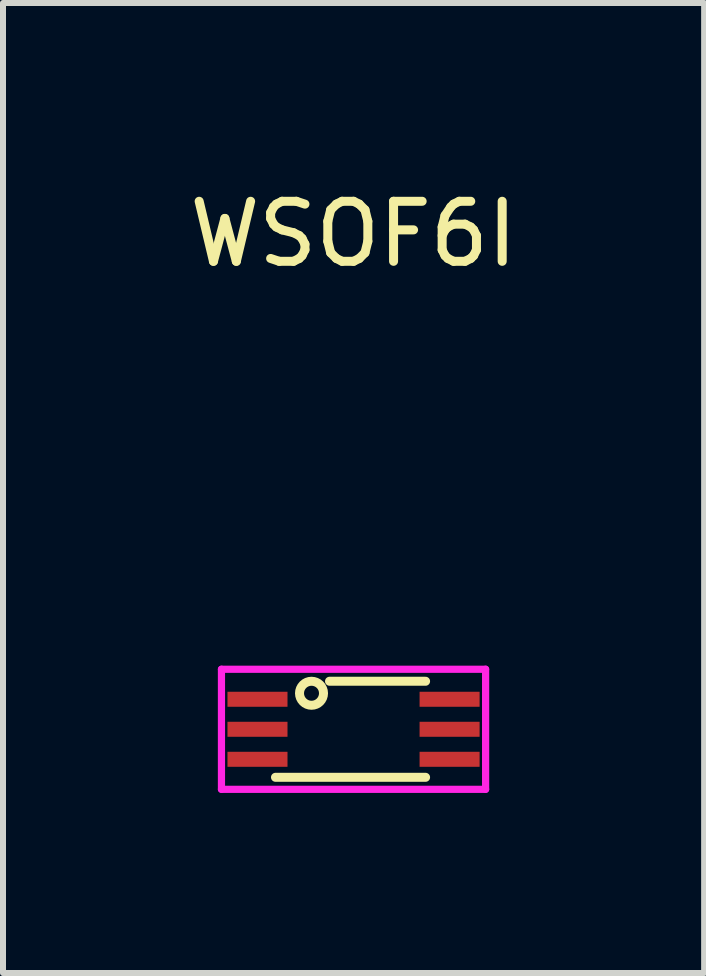
<source format=kicad_pcb>
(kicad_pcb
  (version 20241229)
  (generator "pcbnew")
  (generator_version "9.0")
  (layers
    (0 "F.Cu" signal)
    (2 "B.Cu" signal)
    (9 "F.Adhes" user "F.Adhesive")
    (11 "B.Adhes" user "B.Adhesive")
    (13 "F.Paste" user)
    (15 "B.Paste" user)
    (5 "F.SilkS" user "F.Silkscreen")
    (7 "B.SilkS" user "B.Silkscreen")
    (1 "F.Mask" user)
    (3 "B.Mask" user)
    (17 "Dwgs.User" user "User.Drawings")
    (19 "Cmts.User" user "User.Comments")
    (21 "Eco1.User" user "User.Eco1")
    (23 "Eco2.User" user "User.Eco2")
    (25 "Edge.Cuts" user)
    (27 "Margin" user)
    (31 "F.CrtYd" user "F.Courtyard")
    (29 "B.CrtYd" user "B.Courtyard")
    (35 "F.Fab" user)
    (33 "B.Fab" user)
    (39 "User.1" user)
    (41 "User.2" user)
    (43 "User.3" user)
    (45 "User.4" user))
  (footprint "WSOF6I"
    (layer "F.Cu")
    (at 2.839 9.098)
    (property "Reference" "WSOF6I" (at 0 -8.25 0) (layer "F.SilkS") (effects (font (size 1 1) (thickness 0.15))))
    (attr through_hole)
    (fp_line (start -1.3 0.8) (end 1.2 0.8) (stroke (width 0.15) (type solid)) (layer "F.SilkS"))
    (fp_line (start -0.4 -0.8) (end 1.2 -0.8) (stroke (width 0.15) (type solid)) (layer "F.SilkS"))
    (fp_circle (center -0.7 -0.6) (end -0.5 -0.6) (stroke (width 0.15) (type solid)) (fill no) (layer "F.SilkS"))
    (fp_line (start -2.2 -1) (end -2.2 1) (stroke (width 0.12) (type solid)) (layer "F.CrtYd"))
    (fp_line (start -2.2 1) (end 2.2 1) (stroke (width 0.12) (type solid)) (layer "F.CrtYd"))
    (fp_line (start 2.2 -1) (end -2.2 -1) (stroke (width 0.12) (type solid)) (layer "F.CrtYd"))
    (fp_line (start 2.2 1) (end 2.2 -1) (stroke (width 0.12) (type solid)) (layer "F.CrtYd"))
    (pad "1" smd rect (at -1.6 -0.5) (size 1 0.25) (layers "F.Cu" "F.Mask" "F.Paste"))
    (pad "2" smd rect (at -1.6 0) (size 1 0.25) (layers "F.Cu" "F.Mask" "F.Paste"))
    (pad "3" smd rect (at -1.6 0.5) (size 1 0.25) (layers "F.Cu" "F.Mask" "F.Paste"))
    (pad "4" smd rect (at 1.6 0.5) (size 1 0.25) (layers "F.Cu" "F.Mask" "F.Paste"))
    (pad "5" smd rect (at 1.6 0) (size 1 0.25) (layers "F.Cu" "F.Mask" "F.Paste"))
    (pad "6" smd rect (at 1.6 -0.5) (size 1 0.25) (layers "F.Cu" "F.Mask" "F.Paste")))
  (gr_rect
    (start -3 -3)
    (end 8.679 13.158)
    (stroke (width 0.1) (type default))
    (fill no)
    (layer "Edge.Cuts")))
</source>
